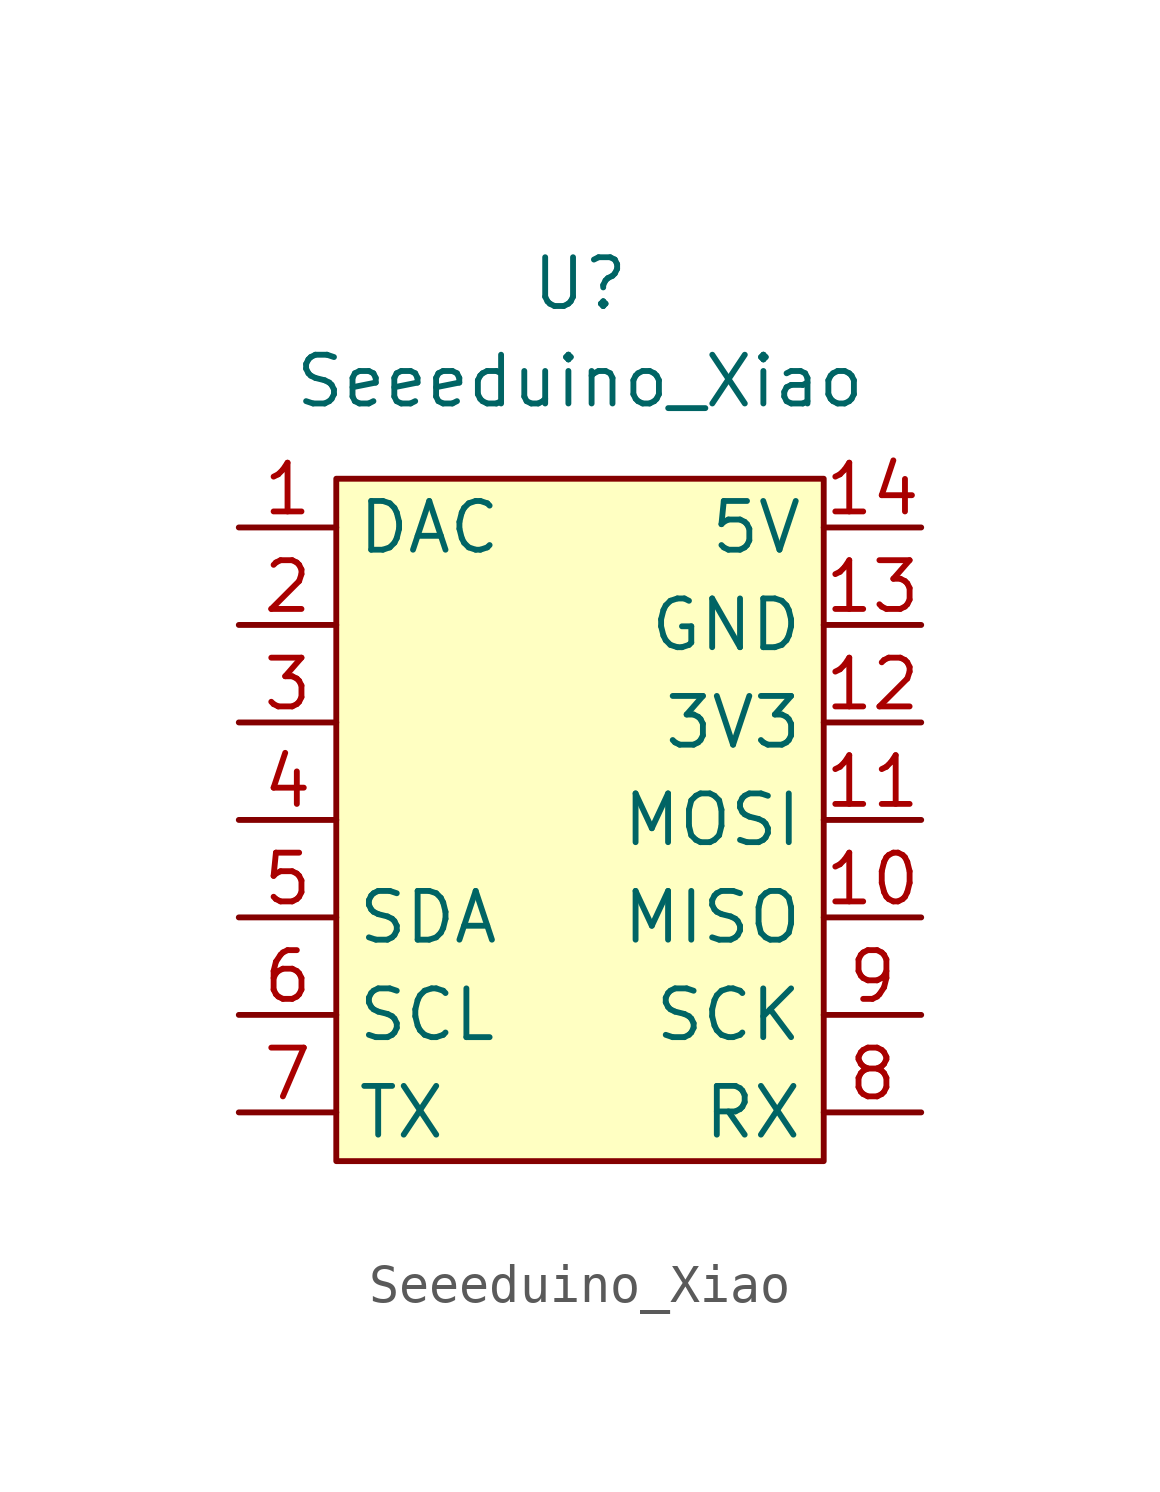
<source format=kicad_sym>
(kicad_symbol_lib
  (version 20211014)
  (generator kicad_symbol_editor)
  (symbol "Seeeduino_Xiao"
    (property "Reference" "U"
      (at 0 12.7 0)
      (effects (font (size 1.27 1.27))))
    (property "Value" "Seeeduino_Xiao"
      (at 0 10.16 0)
      (effects (font (size 1.27 1.27))))
    (symbol "Seeeduino_Xiao_0_1"
      (rectangle (start -6.35 7.62) (end 6.35 -10.16) (stroke (width 0) (type default) (color 0 0 0 0)) (fill (type background))))
    (symbol "Seeeduino_Xiao_1_1"
      (pin bidirectional line (at -8.89 6.35 0) (length 2.54) (name "DAC" (effects (font (size 1.27 1.27)))) (number "1" (effects (font (size 1.27 1.27)))))
      (pin bidirectional line (at 8.89 -3.81 180) (length 2.54) (name "MISO" (effects (font (size 1.27 1.27)))) (number "10" (effects (font (size 1.27 1.27)))))
      (pin bidirectional line (at 8.89 -1.27 180) (length 2.54) (name "MOSI" (effects (font (size 1.27 1.27)))) (number "11" (effects (font (size 1.27 1.27)))))
      (pin power_out line (at 8.89 1.27 180) (length 2.54) (name "3V3" (effects (font (size 1.27 1.27)))) (number "12" (effects (font (size 1.27 1.27)))))
      (pin bidirectional line (at 8.89 3.81 180) (length 2.54) (name "GND" (effects (font (size 1.27 1.27)))) (number "13" (effects (font (size 1.27 1.27)))))
      (pin power_in line (at 8.89 6.35 180) (length 2.54) (name "5V" (effects (font (size 1.27 1.27)))) (number "14" (effects (font (size 1.27 1.27)))))
      (pin bidirectional line (at -8.89 3.81 0) (length 2.54) (name "" (effects (font (size 1.27 1.27)))) (number "2" (effects (font (size 1.27 1.27)))))
      (pin bidirectional line (at -8.89 1.27 0) (length 2.54) (name "" (effects (font (size 1.27 1.27)))) (number "3" (effects (font (size 1.27 1.27)))))
      (pin bidirectional line (at -8.89 -1.27 0) (length 2.54) (name "" (effects (font (size 1.27 1.27)))) (number "4" (effects (font (size 1.27 1.27)))))
      (pin bidirectional line (at -8.89 -3.81 0) (length 2.54) (name "SDA" (effects (font (size 1.27 1.27)))) (number "5" (effects (font (size 1.27 1.27)))))
      (pin bidirectional line (at -8.89 -6.35 0) (length 2.54) (name "SCL" (effects (font (size 1.27 1.27)))) (number "6" (effects (font (size 1.27 1.27)))))
      (pin bidirectional line (at -8.89 -8.89 0) (length 2.54) (name "TX" (effects (font (size 1.27 1.27)))) (number "7" (effects (font (size 1.27 1.27)))))
      (pin bidirectional line (at 8.89 -8.89 180) (length 2.54) (name "RX" (effects (font (size 1.27 1.27)))) (number "8" (effects (font (size 1.27 1.27)))))
      (pin bidirectional line (at 8.89 -6.35 180) (length 2.54) (name "SCK" (effects (font (size 1.27 1.27)))) (number "9" (effects (font (size 1.27 1.27))))))))
</source>
